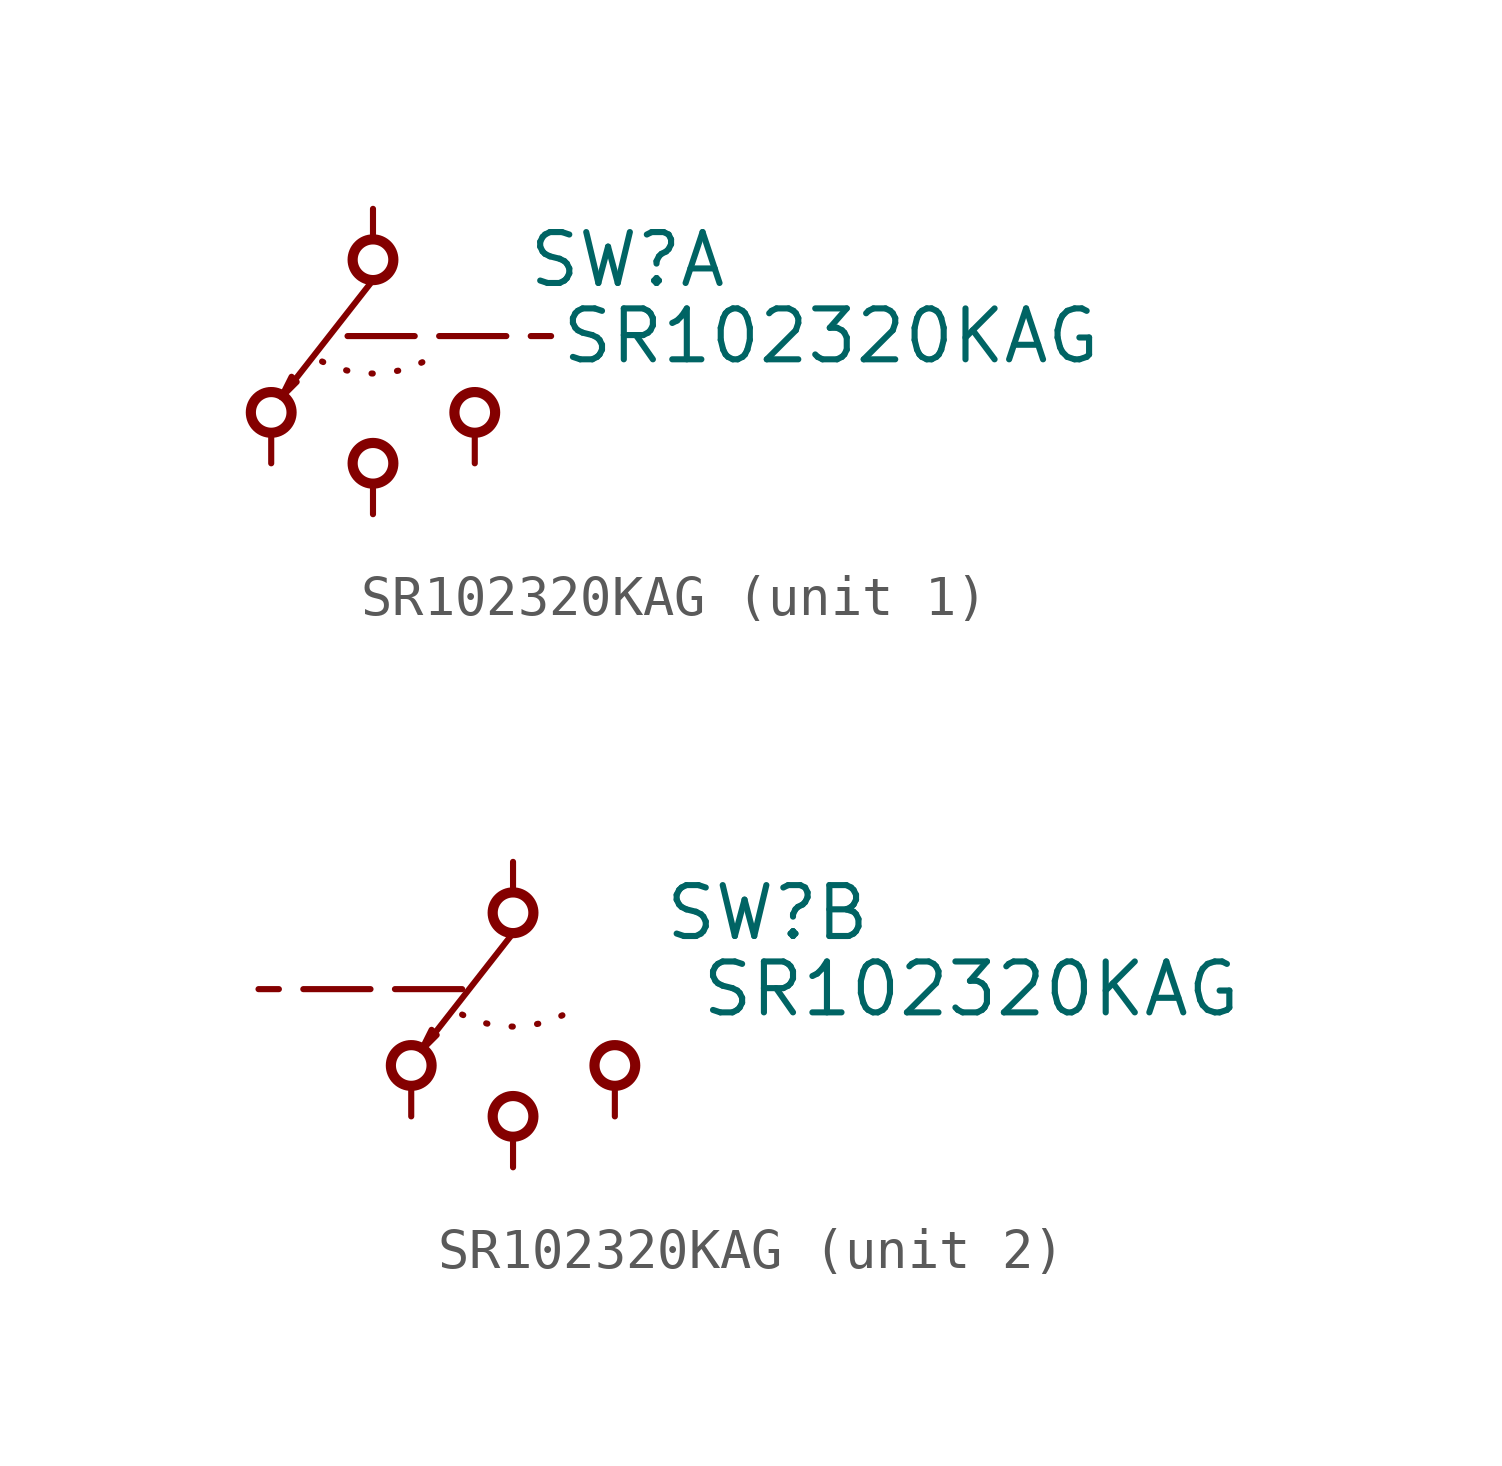
<source format=kicad_sym>
(kicad_symbol_lib
  (version 20220914)
  (generator kicad_symbol_editor)
  (symbol "SR102320KAG"
    (pin_numbers hide)
    (pin_names
      (offset 0) hide)
    (property "Reference" "SW"
      (at 6.35 0 0)
      (effects (font (size 1.27 1.27))))
    (property "Value" "SR102320KAG"
      (at 11.43 -1.905 0)
      (effects (font (size 1.27 1.27))))
    (symbol "SR102320KAG_0_1"
      (circle (center -2.54 -3.81) (radius 0.508) (stroke (width 0.254) (type default)) (fill (type none)))
      (circle (center 0 -5.08) (radius 0.508) (stroke (width 0.254) (type default)) (fill (type none)))
      (polyline (pts (xy 0 -0.508) (xy -2.286 -3.429) (xy -2.032 -2.921) (xy -1.905 -3.048) (xy -2.286 -3.429)) (stroke (width 0) (type default)) (fill (type none)))
      (circle (center 0 0) (radius 0.508) (stroke (width 0.254) (type default)) (fill (type none)))
      (circle (center 2.54 -3.81) (radius 0.508) (stroke (width 0.254) (type default)) (fill (type none))))
    (symbol "SR102320KAG_1_1"
      (arc (start -1.27 -2.54) (mid 0 -2.8397) (end 1.27 -2.54) (stroke (width 0) (type dot)) (fill (type none)))
      (polyline (pts (xy -0.635 -1.905) (xy 4.445 -1.905)) (stroke (width 0) (type dash)) (fill (type none)))
      (pin passive line (at -2.54 -5.08 90) (length 0.635) (name "1" (effects (font (size 1.27 1.27)))) (number "A1" (effects (font (size 1.27 1.27)))))
      (pin passive line (at 0 -6.35 90) (length 0.635) (name "2" (effects (font (size 1.27 1.27)))) (number "A2" (effects (font (size 1.27 1.27)))))
      (pin passive line (at 2.54 -5.08 90) (length 0.635) (name "3" (effects (font (size 1.27 1.27)))) (number "A3" (effects (font (size 1.27 1.27)))))
      (pin passive line (at 0 1.27 270) (length 0.635) (name "COM" (effects (font (size 1.27 1.27)))) (number "ACOM" (effects (font (size 1.27 1.27))))))
    (symbol "SR102320KAG_2_1"
      (arc (start -1.27 -2.54) (mid 0 -2.8397) (end 1.27 -2.54) (stroke (width 0) (type dot)) (fill (type none)))
      (polyline (pts (xy -1.27 -1.905) (xy -6.35 -1.905)) (stroke (width 0) (type dash)) (fill (type none)))
      (pin passive line (at -2.54 -5.08 90) (length 0.635) (name "1" (effects (font (size 1.27 1.27)))) (number "B1" (effects (font (size 1.27 1.27)))))
      (pin passive line (at 0 -6.35 90) (length 0.635) (name "2" (effects (font (size 1.27 1.27)))) (number "B2" (effects (font (size 1.27 1.27)))))
      (pin passive line (at 2.54 -5.08 90) (length 0.635) (name "3" (effects (font (size 1.27 1.27)))) (number "B3" (effects (font (size 1.27 1.27)))))
      (pin passive line (at 0 1.27 270) (length 0.635) (name "COM" (effects (font (size 1.27 1.27)))) (number "BCOM" (effects (font (size 1.27 1.27))))))))
</source>
